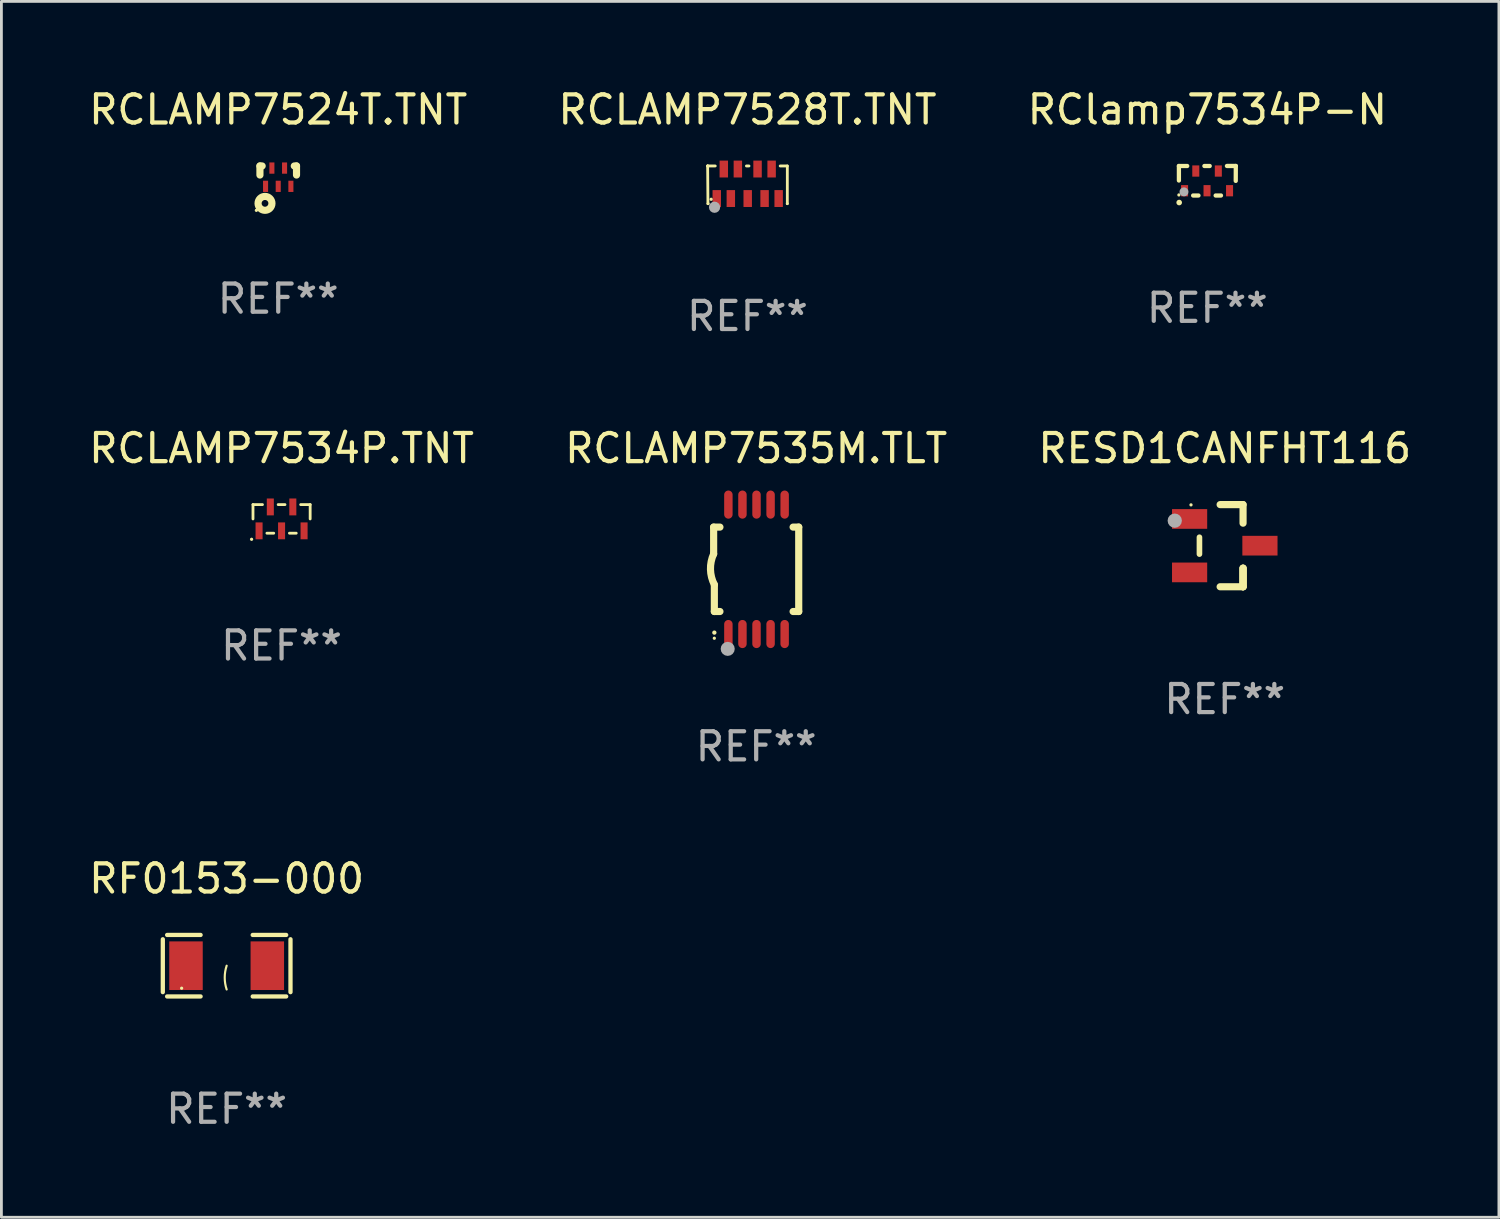
<source format=kicad_pcb>
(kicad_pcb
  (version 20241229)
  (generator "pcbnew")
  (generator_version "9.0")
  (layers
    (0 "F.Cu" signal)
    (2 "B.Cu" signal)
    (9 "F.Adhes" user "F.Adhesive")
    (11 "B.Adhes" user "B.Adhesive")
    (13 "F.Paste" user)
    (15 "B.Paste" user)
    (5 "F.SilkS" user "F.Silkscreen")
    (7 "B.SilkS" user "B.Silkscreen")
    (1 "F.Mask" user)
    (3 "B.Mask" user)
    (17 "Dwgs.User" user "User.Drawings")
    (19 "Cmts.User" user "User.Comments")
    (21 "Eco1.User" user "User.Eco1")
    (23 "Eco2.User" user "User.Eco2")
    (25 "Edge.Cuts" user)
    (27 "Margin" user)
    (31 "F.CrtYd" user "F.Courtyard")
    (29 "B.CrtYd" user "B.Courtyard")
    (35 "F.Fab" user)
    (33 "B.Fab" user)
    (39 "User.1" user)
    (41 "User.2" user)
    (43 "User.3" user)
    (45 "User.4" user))
  (footprint "RF0153-000"
    (layer "F.Cu")
    (at 5.006 31.274)
    (property "Reference" "RF0153-000" (at 0 -3.093 0) (layer "F.SilkS") (effects (font (size 1 1) (thickness 0.15))))
    (attr through_hole)
    (fp_line (start -2.269 -0.94) (end -2.269 0.94) (stroke (width 0.152) (type solid)) (layer "F.SilkS"))
    (fp_line (start -2.116 1.093) (end -0.926 1.093) (stroke (width 0.152) (type solid)) (layer "F.SilkS"))
    (fp_line (start -0.926 -1.093) (end -2.116 -1.093) (stroke (width 0.152) (type solid)) (layer "F.SilkS"))
    (fp_line (start 0.926 -1.093) (end 2.116 -1.093) (stroke (width 0.152) (type solid)) (layer "F.SilkS"))
    (fp_line (start 2.116 1.093) (end 0.926 1.093) (stroke (width 0.152) (type solid)) (layer "F.SilkS"))
    (fp_line (start 2.269 -0.94) (end 2.269 0.94) (stroke (width 0.152) (type solid)) (layer "F.SilkS"))
    (fp_arc (start 0 0.844951) (mid -0.068559 0.422475) (end 0 0) (stroke (width 0.0762) (type solid)) (layer "F.SilkS"))
    (fp_circle (center -1.6 0.8) (end -1.57 0.8) (stroke (width 0.06) (type solid)) (fill no) (layer "F.SilkS"))
    (fp_text user "REF**" (at 0 5.093 0) (layer "F.Fab") (effects (font (size 1 1) (thickness 0.15))))
    (pad "1" smd rect (at -1.445 0) (size 1.19 1.728) (layers "F.Cu" "F.Mask" "F.Paste"))
    (pad "2" smd rect (at 1.445 0) (size 1.19 1.728) (layers "F.Cu" "F.Mask" "F.Paste")))
  (footprint "RClamp7534P-N"
    (layer "F.Cu")
    (at 39.863 3.374)
    (property "Reference" "RClamp7534P-N" (at 0 -2.525 0) (layer "F.SilkS") (effects (font (size 1 1) (thickness 0.15))))
    (attr through_hole)
    (fp_line (start -1.011 -0.524) (end -1.011 -0.008) (stroke (width 0.152) (type solid)) (layer "F.SilkS"))
    (fp_line (start -1.011 -0.524) (end -0.716 -0.524) (stroke (width 0.152) (type solid)) (layer "F.SilkS"))
    (fp_line (start -0.316 0.525) (end -0.505 0.525) (stroke (width 0.152) (type solid)) (layer "F.SilkS"))
    (fp_line (start -0.105 -0.524) (end 0.084 -0.524) (stroke (width 0.152) (type solid)) (layer "F.SilkS"))
    (fp_line (start 0.484 0.525) (end 0.295 0.525) (stroke (width 0.152) (type solid)) (layer "F.SilkS"))
    (fp_line (start 0.696 -0.525) (end 1.011 -0.525) (stroke (width 0.152) (type solid)) (layer "F.SilkS"))
    (fp_line (start 1.011 -0.525) (end 1.009 0.005) (stroke (width 0.152) (type solid)) (layer "F.SilkS"))
    (fp_circle (center -1.011 0.505) (end -0.981 0.505) (stroke (width 0.06) (type solid)) (fill no) (layer "F.SilkS"))
    (fp_circle (center -1.001 0.775) (end -0.951 0.775) (stroke (width 0.1) (type solid)) (fill no) (layer "F.SilkS"))
    (fp_circle (center -0.831 0.395) (end -0.751 0.395) (stroke (width 0.16) (type solid)) (fill no) (layer "F.Fab"))
    (fp_text user "REF**" (at 0 4.525 0) (layer "F.Fab") (effects (font (size 1 1) (thickness 0.15))))
    (pad "1" smd rect (at -0.81 0.355 90) (size 0.4 0.25) (layers "F.Cu" "F.Mask" "F.Paste"))
    (pad "2" smd rect (at -0.011 0.355 90) (size 0.4 0.25) (layers "F.Cu" "F.Mask" "F.Paste"))
    (pad "3" smd rect (at 0.789 0.355 90) (size 0.4 0.25) (layers "F.Cu" "F.Mask" "F.Paste"))
    (pad "4" smd rect (at 0.39 -0.345 90) (size 0.4 0.25) (layers "F.Cu" "F.Mask" "F.Paste"))
    (pad "5" smd rect (at -0.411 -0.345 90) (size 0.4 0.25) (layers "F.Cu" "F.Mask" "F.Paste")))
  (footprint "RCLAMP7524T.TNT"
    (layer "F.Cu")
    (at 6.839 3.211)
    (property "Reference" "RCLAMP7524T.TNT" (at 0 -2.362 0) (layer "F.SilkS") (effects (font (size 1 1) (thickness 0.15))))
    (attr through_hole)
    (fp_line (start -0.65 -0.362) (end -0.65 -0.04) (stroke (width 0.254) (type solid)) (layer "F.SilkS"))
    (fp_line (start -0.65 -0.362) (end -0.571 -0.362) (stroke (width 0.254) (type solid)) (layer "F.SilkS"))
    (fp_line (start 0.571 -0.362) (end 0.65 -0.362) (stroke (width 0.254) (type solid)) (layer "F.SilkS"))
    (fp_line (start 0.65 -0.362) (end 0.65 -0.04) (stroke (width 0.254) (type solid)) (layer "F.SilkS"))
    (fp_circle (center -0.777 1.215) (end -0.747 1.215) (stroke (width 0.06) (type solid)) (fill no) (layer "F.SilkS"))
    (fp_circle (center -0.47 0.967) (end -0.35 0.967) (stroke (width 0.254) (type solid)) (fill no) (layer "F.SilkS"))
    (fp_text user "REF**" (at 0 4.362 0) (layer "F.Fab") (effects (font (size 1 1) (thickness 0.15))))
    (pad "1" smd rect (at -0.45 0.362 90) (size 0.4 0.18) (layers "F.Cu" "F.Mask" "F.Paste"))
    (pad "2" smd rect (at 0 0.362 90) (size 0.4 0.18) (layers "F.Cu" "F.Mask" "F.Paste"))
    (pad "3" smd rect (at 0.45 0.362 90) (size 0.4 0.18) (layers "F.Cu" "F.Mask" "F.Paste"))
    (pad "4" smd rect (at 0.225 -0.287 90) (size 0.4 0.18) (layers "F.Cu" "F.Mask" "F.Paste"))
    (pad "5" smd rect (at -0.225 -0.287 90) (size 0.4 0.18) (layers "F.Cu" "F.Mask" "F.Paste")))
  (footprint "RCLAMP7534P.TNT"
    (layer "F.Cu")
    (at 6.958 15.393)
    (property "Reference" "RCLAMP7534P.TNT" (at 0 -2.508 0) (layer "F.SilkS") (effects (font (size 1 1) (thickness 0.15))))
    (attr through_hole)
    (fp_line (start -1.016 -0.508) (end -1.016 0.001) (stroke (width 0.1) (type solid)) (layer "F.SilkS"))
    (fp_line (start -1.016 -0.508) (end -0.679 -0.508) (stroke (width 0.1) (type solid)) (layer "F.SilkS"))
    (fp_line (start -0.521 0.508) (end -0.279 0.508) (stroke (width 0.1) (type solid)) (layer "F.SilkS"))
    (fp_line (start -0.121 -0.508) (end 0.121 -0.508) (stroke (width 0.1) (type solid)) (layer "F.SilkS"))
    (fp_line (start 0.279 0.508) (end 0.521 0.508) (stroke (width 0.1) (type solid)) (layer "F.SilkS"))
    (fp_line (start 0.679 -0.508) (end 1.016 -0.508) (stroke (width 0.1) (type solid)) (layer "F.SilkS"))
    (fp_line (start 1.016 -0.508) (end 1.016 0.001) (stroke (width 0.1) (type solid)) (layer "F.SilkS"))
    (fp_circle (center -1.066 0.725) (end -1.036 0.725) (stroke (width 0.06) (type solid)) (fill no) (layer "F.SilkS"))
    (fp_text user "REF**" (at 0 4.508 0) (layer "F.Fab") (effects (font (size 1 1) (thickness 0.15))))
    (pad "1" smd rect (at -0.8 0.425) (size 0.25 0.6) (layers "F.Cu" "F.Mask" "F.Paste"))
    (pad "2" smd rect (at 0 0.425) (size 0.25 0.6) (layers "F.Cu" "F.Mask" "F.Paste"))
    (pad "3" smd rect (at 0.8 0.425) (size 0.25 0.6) (layers "F.Cu" "F.Mask" "F.Paste"))
    (pad "4" smd rect (at 0.4 -0.425) (size 0.25 0.6) (layers "F.Cu" "F.Mask" "F.Paste"))
    (pad "5" smd rect (at -0.4 -0.425) (size 0.25 0.6) (layers "F.Cu" "F.Mask" "F.Paste")))
  (footprint "RCLAMP7528T.TNT"
    (layer "F.Cu")
    (at 23.518 3.519)
    (property "Reference" "RCLAMP7528T.TNT" (at 0 -2.67 0) (layer "F.SilkS") (effects (font (size 1 1) (thickness 0.15))))
    (attr through_hole)
    (fp_line (start -1.416 -0.67) (end -1.416 -0.666) (stroke (width 0.1) (type solid)) (layer "F.SilkS"))
    (fp_line (start -1.416 -0.67) (end -1.406 0.67) (stroke (width 0.1) (type solid)) (layer "F.SilkS"))
    (fp_line (start -1.406 0.67) (end -1.396 0.67) (stroke (width 0.1) (type solid)) (layer "F.SilkS"))
    (fp_line (start -1.403 -0.662) (end -1.416 -0.67) (stroke (width 0.1) (type solid)) (layer "F.SilkS"))
    (fp_line (start -1.146 -0.67) (end -1.416 -0.67) (stroke (width 0.1) (type solid)) (layer "F.SilkS"))
    (fp_line (start 0.054 -0.67) (end -0.038 -0.67) (stroke (width 0.1) (type solid)) (layer "F.SilkS"))
    (fp_line (start 1.412 0.67) (end 1.416 0.67) (stroke (width 0.1) (type solid)) (layer "F.SilkS"))
    (fp_line (start 1.416 -0.67) (end 1.162 -0.67) (stroke (width 0.1) (type solid)) (layer "F.SilkS"))
    (fp_line (start 1.416 0.67) (end 1.416 -0.67) (stroke (width 0.1) (type solid)) (layer "F.SilkS"))
    (fp_circle (center -1.292 0.514) (end -1.262 0.514) (stroke (width 0.06) (type solid)) (fill no) (layer "F.SilkS"))
    (fp_circle (center -1.171 0.797) (end -1.071 0.797) (stroke (width 0.2) (type solid)) (fill no) (layer "F.Fab"))
    (fp_text user "REF**" (at 0 4.67 0) (layer "F.Fab") (effects (font (size 1 1) (thickness 0.15))))
    (pad "1" smd rect (at -1.092 0.488) (size 0.3 0.6) (layers "F.Cu" "F.Mask" "F.Paste"))
    (pad "2" smd rect (at -0.592 0.488) (size 0.3 0.6) (layers "F.Cu" "F.Mask" "F.Paste"))
    (pad "3" smd rect (at 0.608 0.488) (size 0.3 0.6) (layers "F.Cu" "F.Mask" "F.Paste"))
    (pad "4" smd rect (at 1.108 0.488) (size 0.3 0.6) (layers "F.Cu" "F.Mask" "F.Paste"))
    (pad "5" smd rect (at 0.858 -0.561) (size 0.3 0.6) (layers "F.Cu" "F.Mask" "F.Paste"))
    (pad "6" smd rect (at 0.358 -0.561) (size 0.3 0.6) (layers "F.Cu" "F.Mask" "F.Paste"))
    (pad "7" smd rect (at -0.342 -0.561) (size 0.3 0.6) (layers "F.Cu" "F.Mask" "F.Paste"))
    (pad "8" smd rect (at -0.842 -0.561) (size 0.3 0.6) (layers "F.Cu" "F.Mask" "F.Paste"))
    (pad "9" smd rect (at 0.008 0.488) (size 0.3 0.6) (layers "F.Cu" "F.Mask" "F.Paste")))
  (footprint "RCLAMP7535M.TLT"
    (layer "F.Cu")
    (at 23.827 17.185)
    (property "Reference" "RCLAMP7535M.TLT" (at 0 -4.3 0) (layer "F.SilkS") (effects (font (size 1 1) (thickness 0.15))))
    (attr through_hole)
    (fp_line (start -1.512 -1.5) (end -1.512 -0.546) (stroke (width 0.254) (type solid)) (layer "F.SilkS"))
    (fp_line (start -1.487 0.546) (end -1.487 1.5) (stroke (width 0.254) (type solid)) (layer "F.SilkS"))
    (fp_line (start -1.288 -1.5) (end -1.512 -1.5) (stroke (width 0.254) (type solid)) (layer "F.SilkS"))
    (fp_line (start -1.288 1.5) (end -1.487 1.5) (stroke (width 0.254) (type solid)) (layer "F.SilkS"))
    (fp_line (start 1.512 -1.5) (end 1.312 -1.5) (stroke (width 0.254) (type solid)) (layer "F.SilkS"))
    (fp_line (start 1.512 -1.5) (end 1.512 1.5) (stroke (width 0.254) (type solid)) (layer "F.SilkS"))
    (fp_line (start 1.512 1.5) (end 1.312 1.5) (stroke (width 0.254) (type solid)) (layer "F.SilkS"))
    (fp_arc (start -1.487998 2.250013) (mid -1.486728 2.250007) (end -1.485458 2.250013) (stroke (width 0.150013) (type solid)) (layer "F.SilkS"))
    (fp_arc (start -1.486602 0.546102) (mid -1.624196 0.002905) (end -1.512002 -0.546101) (stroke (width 0.254001) (type solid)) (layer "F.SilkS"))
    (fp_circle (center -1.488 2.45) (end -1.458 2.45) (stroke (width 0.06) (type solid)) (fill no) (layer "F.SilkS"))
    (fp_circle (center -1.012 2.828) (end -0.887 2.828) (stroke (width 0.25) (type solid)) (fill no) (layer "F.Fab"))
    (fp_text user "REF**" (at 0 6.3 0) (layer "F.Fab") (effects (font (size 1 1) (thickness 0.15))))
    (pad "1" smd oval (at -0.988 2.3) (size 0.3 1) (layers "F.Cu" "F.Mask" "F.Paste"))
    (pad "2" smd oval (at -0.488 2.3) (size 0.3 1) (layers "F.Cu" "F.Mask" "F.Paste"))
    (pad "3" smd oval (at 0.012 2.3) (size 0.3 1) (layers "F.Cu" "F.Mask" "F.Paste"))
    (pad "4" smd oval (at 0.512 2.3) (size 0.3 1) (layers "F.Cu" "F.Mask" "F.Paste"))
    (pad "5" smd oval (at 1.012 2.3) (size 0.3 1) (layers "F.Cu" "F.Mask" "F.Paste"))
    (pad "6" smd oval (at 1.012 -2.3) (size 0.3 1) (layers "F.Cu" "F.Mask" "F.Paste"))
    (pad "7" smd oval (at 0.512 -2.3) (size 0.3 1) (layers "F.Cu" "F.Mask" "F.Paste"))
    (pad "8" smd oval (at 0.012 -2.3) (size 0.3 1) (layers "F.Cu" "F.Mask" "F.Paste"))
    (pad "9" smd oval (at -0.488 -2.3) (size 0.3 1) (layers "F.Cu" "F.Mask" "F.Paste"))
    (pad "10" smd oval (at -0.988 -2.3) (size 0.3 1) (layers "F.Cu" "F.Mask" "F.Paste")))
  (footprint "RESD1CANFHT116"
    (layer "F.Cu")
    (at 40.482 16.345)
    (property "Reference" "RESD1CANFHT116" (at 0 -3.46 0) (layer "F.SilkS") (effects (font (size 1 1) (thickness 0.15))))
    (attr through_hole)
    (fp_line (start -0.9 -0.3) (end -0.9 0.3) (stroke (width 0.2) (type solid)) (layer "F.SilkS"))
    (fp_line (start -0.165 -1.46) (end 0.65 -1.46) (stroke (width 0.254) (type solid)) (layer "F.SilkS"))
    (fp_line (start 0.65 -1.46) (end 0.65 -0.8) (stroke (width 0.254) (type solid)) (layer "F.SilkS"))
    (fp_line (start 0.65 0.8) (end 0.65 1.46) (stroke (width 0.254) (type solid)) (layer "F.SilkS"))
    (fp_line (start 0.65 0.8) (end 0.65 1.46) (stroke (width 0.254) (type solid)) (layer "F.SilkS"))
    (fp_line (start 0.65 1.46) (end -0.165 1.46) (stroke (width 0.254) (type solid)) (layer "F.SilkS"))
    (fp_line (start 0.65 1.46) (end 0.65 0.8) (stroke (width 0.254) (type solid)) (layer "F.SilkS"))
    (fp_circle (center -1.2 -1.45) (end -1.17 -1.45) (stroke (width 0.06) (type solid)) (fill no) (layer "F.SilkS"))
    (fp_circle (center -1.778 -0.889) (end -1.651 -0.889) (stroke (width 0.254) (type solid)) (fill no) (layer "F.Fab"))
    (fp_text user "REF**" (at 0 5.46 0) (layer "F.Fab") (effects (font (size 1 1) (thickness 0.15))))
    (pad "1" smd rect (at -1.25 -0.95 90) (size 0.7 1.25) (layers "F.Cu" "F.Mask" "F.Paste"))
    (pad "2" smd rect (at -1.25 0.95 90) (size 0.7 1.25) (layers "F.Cu" "F.Mask" "F.Paste"))
    (pad "3" smd rect (at 1.25 -0.000051 90) (size 0.7 1.25) (layers "F.Cu" "F.Mask" "F.Paste")))
  (gr_rect
    (start -3 -3)
    (end 50.226 40.215)
    (stroke (width 0.1) (type default))
    (fill no)
    (layer "Edge.Cuts")))
</source>
